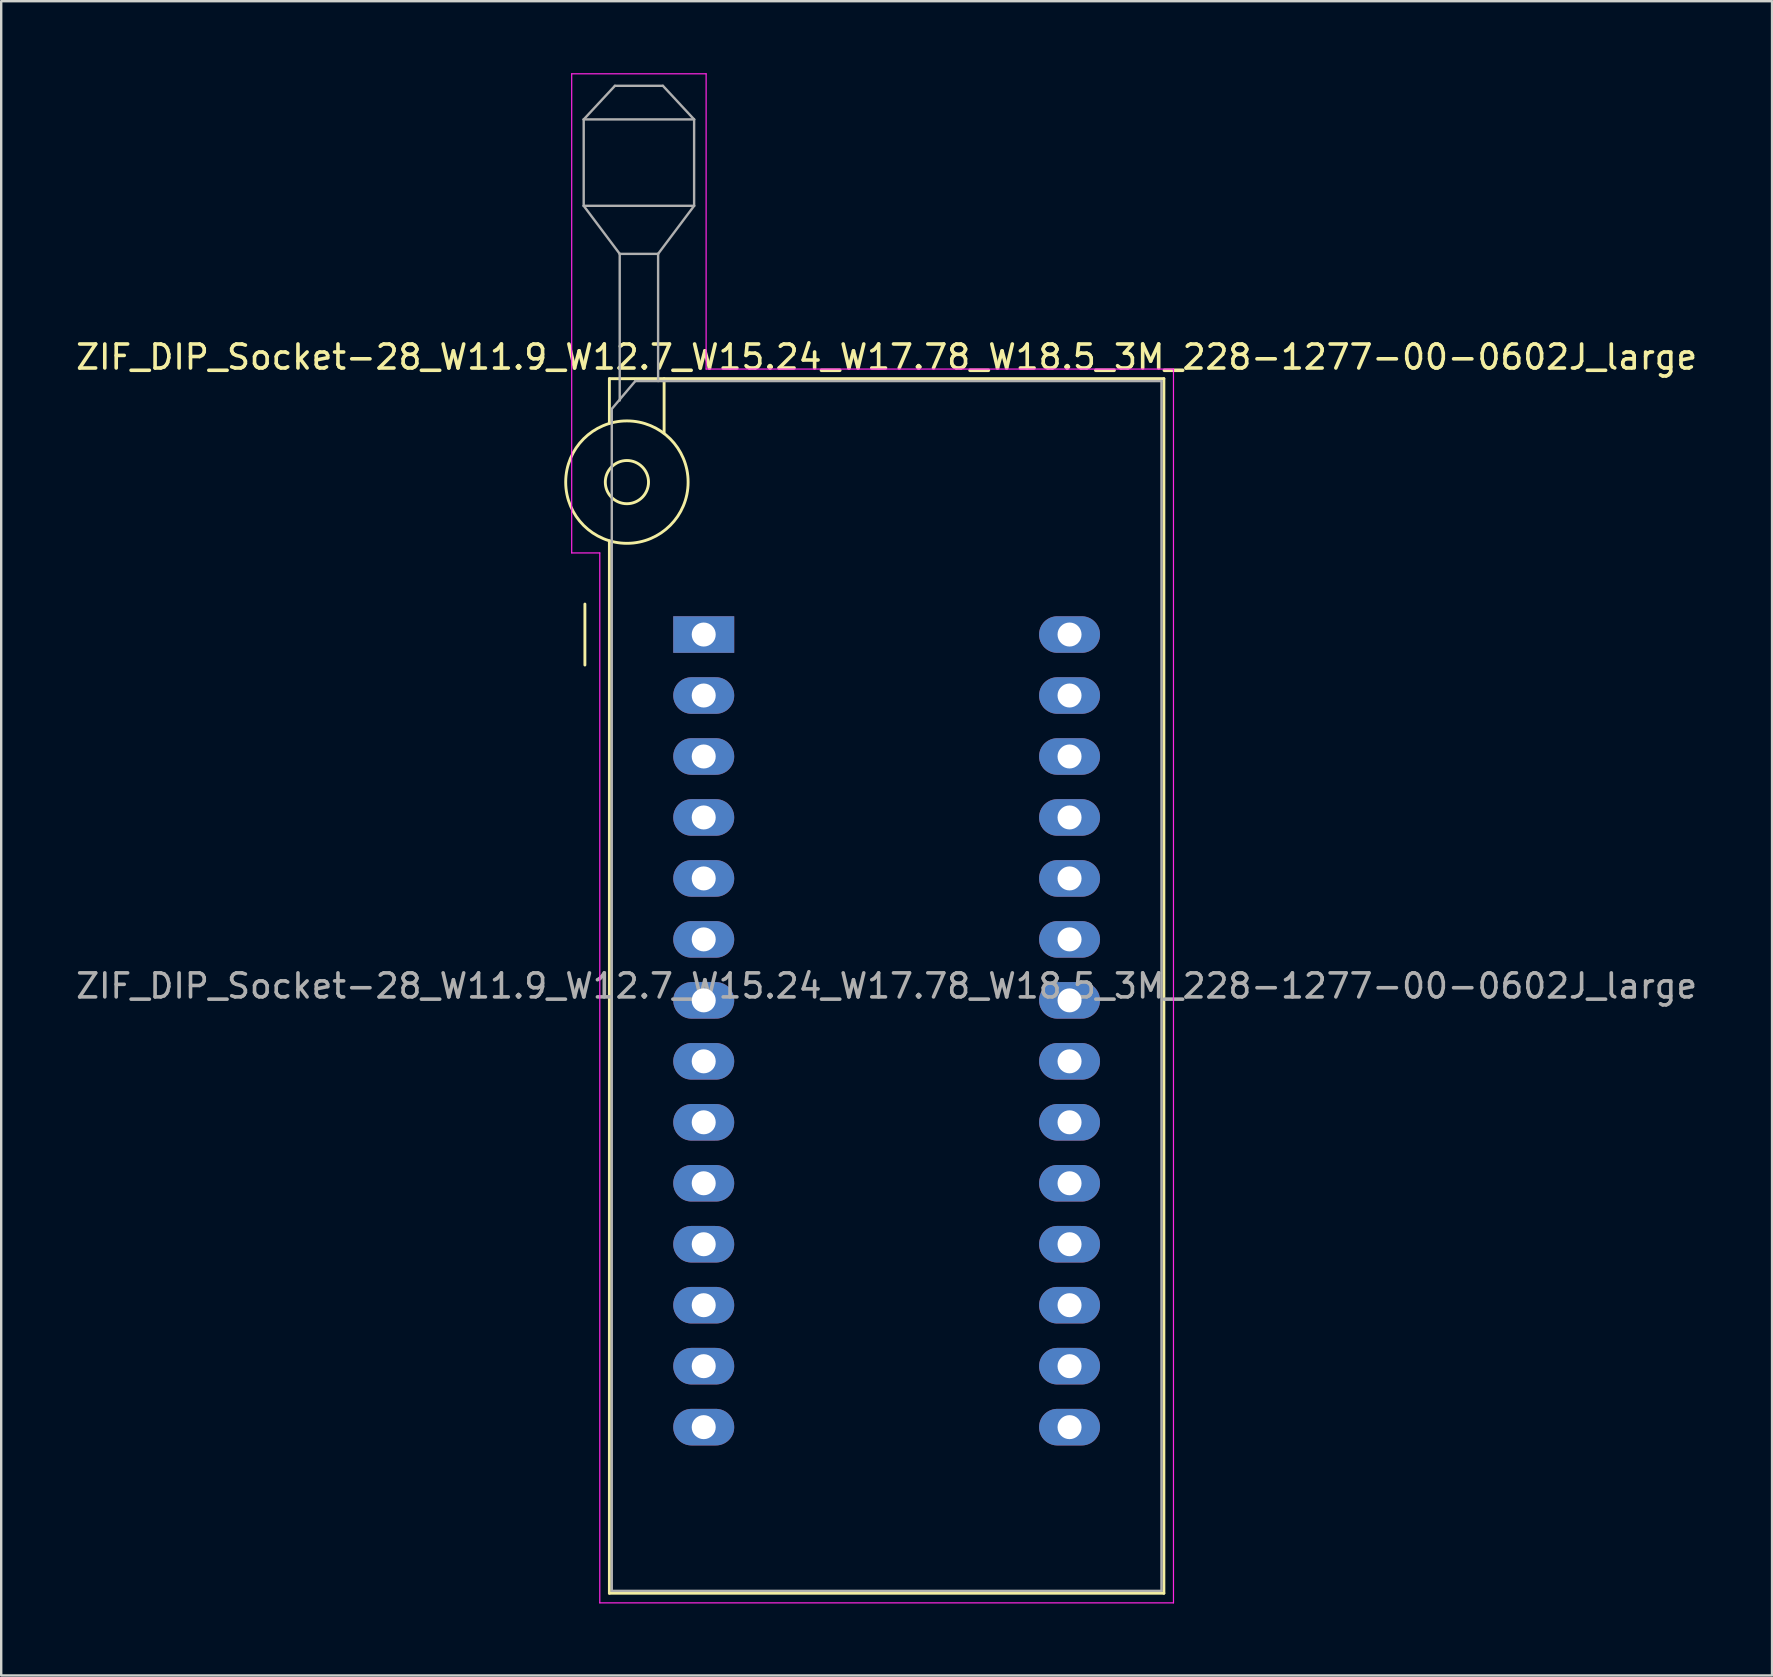
<source format=kicad_pcb>
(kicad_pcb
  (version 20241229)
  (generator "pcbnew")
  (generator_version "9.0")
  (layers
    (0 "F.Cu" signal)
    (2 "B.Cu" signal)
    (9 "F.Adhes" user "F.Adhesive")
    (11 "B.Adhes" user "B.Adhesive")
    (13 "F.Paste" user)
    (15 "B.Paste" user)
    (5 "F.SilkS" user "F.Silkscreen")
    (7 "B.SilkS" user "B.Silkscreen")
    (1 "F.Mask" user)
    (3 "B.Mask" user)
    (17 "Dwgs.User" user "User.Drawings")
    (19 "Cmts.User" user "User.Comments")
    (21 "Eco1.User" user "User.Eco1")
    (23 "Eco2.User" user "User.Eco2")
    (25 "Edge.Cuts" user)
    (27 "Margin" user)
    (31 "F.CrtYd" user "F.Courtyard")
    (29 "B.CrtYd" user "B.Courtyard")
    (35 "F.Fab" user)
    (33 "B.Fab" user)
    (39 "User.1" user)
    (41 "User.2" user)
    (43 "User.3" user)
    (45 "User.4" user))
  (footprint "ZIF_DIP_Socket-28_W11.9_W12.7_W15.24_W17.78_W18.5_3M_228-1277-00-0602J_large"
    (layer "F.Cu")
    (at 26.267 23.385)
    (property "Reference" "ZIF_DIP_Socket-28_W11.9_W12.7_W15.24_W17.78_W18.5_3M_228-1277-00-0602J_large" (at 7.62 -11.56 0) (layer "F.SilkS") (effects (font (size 1 1) (thickness 0.15))))
    (attr through_hole)
    (fp_line (start -4.95 1.27) (end -4.95 -1.27) (stroke (width 0.12) (type solid)) (layer "F.SilkS"))
    (fp_line (start -3.93 -10.66) (end -3.93 -8.8) (stroke (width 0.12) (type solid)) (layer "F.SilkS"))
    (fp_line (start -3.93 -3.9) (end -3.93 39.94) (stroke (width 0.12) (type solid)) (layer "F.SilkS"))
    (fp_line (start -3.93 39.94) (end 19.17 39.94) (stroke (width 0.12) (type solid)) (layer "F.SilkS"))
    (fp_line (start -1.65 -10.66) (end -1.65 -8.4) (stroke (width 0.12) (type solid)) (layer "F.SilkS"))
    (fp_line (start 19.17 -10.66) (end -3.93 -10.66) (stroke (width 0.12) (type solid)) (layer "F.SilkS"))
    (fp_line (start 19.17 39.94) (end 19.17 -10.66) (stroke (width 0.12) (type solid)) (layer "F.SilkS"))
    (fp_circle (center -3.2 -6.35) (end -2.3 -6.35) (stroke (width 0.12) (type solid)) (fill no) (layer "F.SilkS"))
    (fp_circle (center -3.2 -6.35) (end -0.65 -6.35) (stroke (width 0.12) (type solid)) (fill no) (layer "F.SilkS"))
    (fp_line (start -5.5 -23.36) (end 0.1 -23.36) (stroke (width 0.05) (type solid)) (layer "F.CrtYd"))
    (fp_line (start -5.5 -3.4) (end -5.5 -23.36) (stroke (width 0.05) (type solid)) (layer "F.CrtYd"))
    (fp_line (start -4.33 -3.4) (end -5.5 -3.4) (stroke (width 0.05) (type solid)) (layer "F.CrtYd"))
    (fp_line (start -4.33 40.34) (end -4.33 -3.4) (stroke (width 0.05) (type solid)) (layer "F.CrtYd"))
    (fp_line (start 0.1 -23.36) (end 0.1 -11.06) (stroke (width 0.05) (type solid)) (layer "F.CrtYd"))
    (fp_line (start 0.1 -11.06) (end 19.57 -11.06) (stroke (width 0.05) (type solid)) (layer "F.CrtYd"))
    (fp_line (start 19.57 -11.06) (end 19.57 40.34) (stroke (width 0.05) (type solid)) (layer "F.CrtYd"))
    (fp_line (start 19.57 40.34) (end -4.33 40.34) (stroke (width 0.05) (type solid)) (layer "F.CrtYd"))
    (fp_line (start -5 -21.46) (end -5 -17.86) (stroke (width 0.1) (type solid)) (layer "F.Fab"))
    (fp_line (start -5 -21.46) (end -3.7 -22.86) (stroke (width 0.1) (type solid)) (layer "F.Fab"))
    (fp_line (start -5 -17.86) (end -3.5 -15.86) (stroke (width 0.1) (type solid)) (layer "F.Fab"))
    (fp_line (start -5 -17.86) (end -0.4 -17.86) (stroke (width 0.1) (type solid)) (layer "F.Fab"))
    (fp_line (start -3.83 -9.4) (end -2.85 -10.56) (stroke (width 0.1) (type solid)) (layer "F.Fab"))
    (fp_line (start -3.83 39.84) (end -3.83 -9.4) (stroke (width 0.1) (type solid)) (layer "F.Fab"))
    (fp_line (start -3.7 -22.86) (end -1.7 -22.86) (stroke (width 0.1) (type solid)) (layer "F.Fab"))
    (fp_line (start -3.5 -15.86) (end -1.9 -15.86) (stroke (width 0.1) (type solid)) (layer "F.Fab"))
    (fp_line (start -3.5 -9.75) (end -3.5 -15.86) (stroke (width 0.1) (type solid)) (layer "F.Fab"))
    (fp_line (start -2.85 -10.56) (end 19.07 -10.56) (stroke (width 0.1) (type solid)) (layer "F.Fab"))
    (fp_line (start -1.9 -15.86) (end -1.9 -10.56) (stroke (width 0.1) (type solid)) (layer "F.Fab"))
    (fp_line (start -1.7 -22.86) (end -0.4 -21.46) (stroke (width 0.1) (type solid)) (layer "F.Fab"))
    (fp_line (start -0.4 -21.46) (end -5 -21.46) (stroke (width 0.1) (type solid)) (layer "F.Fab"))
    (fp_line (start -0.4 -17.86) (end -1.9 -15.86) (stroke (width 0.1) (type solid)) (layer "F.Fab"))
    (fp_line (start -0.4 -17.86) (end -0.4 -21.46) (stroke (width 0.1) (type solid)) (layer "F.Fab"))
    (fp_line (start 19.07 -10.56) (end 19.07 39.84) (stroke (width 0.1) (type solid)) (layer "F.Fab"))
    (fp_line (start 19.07 39.84) (end -3.83 39.84) (stroke (width 0.1) (type solid)) (layer "F.Fab"))
    (fp_text user "${REFERENCE}" (at 7.62 14.64 0) (layer "F.Fab") (effects (font (size 1 1) (thickness 0.15))))
    (pad "1" thru_hole rect (at 0 0) (size 2.54 1.524) (drill 1) (layers "*.Cu" "*.Mask"))
    (pad "2" thru_hole oval (at 0 2.54) (size 2.54 1.524) (drill 1) (layers "*.Cu" "*.Mask"))
    (pad "3" thru_hole oval (at 0 5.08) (size 2.54 1.524) (drill 1) (layers "*.Cu" "*.Mask"))
    (pad "4" thru_hole oval (at 0 7.62) (size 2.54 1.524) (drill 1) (layers "*.Cu" "*.Mask"))
    (pad "5" thru_hole oval (at 0 10.16) (size 2.54 1.524) (drill 1) (layers "*.Cu" "*.Mask"))
    (pad "6" thru_hole oval (at 0 12.7) (size 2.54 1.524) (drill 1) (layers "*.Cu" "*.Mask"))
    (pad "7" thru_hole oval (at 0 15.24) (size 2.54 1.524) (drill 1) (layers "*.Cu" "*.Mask"))
    (pad "8" thru_hole oval (at 0 17.78) (size 2.54 1.524) (drill 1) (layers "*.Cu" "*.Mask"))
    (pad "9" thru_hole oval (at 0 20.32) (size 2.54 1.524) (drill 1) (layers "*.Cu" "*.Mask"))
    (pad "10" thru_hole oval (at 0 22.86) (size 2.54 1.524) (drill 1) (layers "*.Cu" "*.Mask"))
    (pad "11" thru_hole oval (at 0 25.4) (size 2.54 1.524) (drill 1) (layers "*.Cu" "*.Mask"))
    (pad "12" thru_hole oval (at 0 27.94) (size 2.54 1.524) (drill 1) (layers "*.Cu" "*.Mask"))
    (pad "13" thru_hole oval (at 0 30.48) (size 2.54 1.524) (drill 1) (layers "*.Cu" "*.Mask"))
    (pad "14" thru_hole oval (at 0 33.02) (size 2.54 1.524) (drill 1) (layers "*.Cu" "*.Mask"))
    (pad "15" thru_hole oval (at 15.24 33.02) (size 2.54 1.524) (drill 1) (layers "*.Cu" "*.Mask"))
    (pad "16" thru_hole oval (at 15.24 30.48) (size 2.54 1.524) (drill 1) (layers "*.Cu" "*.Mask"))
    (pad "17" thru_hole oval (at 15.24 27.94) (size 2.54 1.524) (drill 1) (layers "*.Cu" "*.Mask"))
    (pad "18" thru_hole oval (at 15.24 25.4) (size 2.54 1.524) (drill 1) (layers "*.Cu" "*.Mask"))
    (pad "19" thru_hole oval (at 15.24 22.86) (size 2.54 1.524) (drill 1) (layers "*.Cu" "*.Mask"))
    (pad "20" thru_hole oval (at 15.24 20.32) (size 2.54 1.524) (drill 1) (layers "*.Cu" "*.Mask"))
    (pad "21" thru_hole oval (at 15.24 17.78) (size 2.54 1.524) (drill 1) (layers "*.Cu" "*.Mask"))
    (pad "22" thru_hole oval (at 15.24 15.24) (size 2.54 1.524) (drill 1) (layers "*.Cu" "*.Mask"))
    (pad "23" thru_hole oval (at 15.24 12.7) (size 2.54 1.524) (drill 1) (layers "*.Cu" "*.Mask"))
    (pad "24" thru_hole oval (at 15.24 10.16) (size 2.54 1.524) (drill 1) (layers "*.Cu" "*.Mask"))
    (pad "25" thru_hole oval (at 15.24 7.62) (size 2.54 1.524) (drill 1) (layers "*.Cu" "*.Mask"))
    (pad "26" thru_hole oval (at 15.24 5.08) (size 2.54 1.524) (drill 1) (layers "*.Cu" "*.Mask"))
    (pad "27" thru_hole oval (at 15.24 2.54) (size 2.54 1.524) (drill 1) (layers "*.Cu" "*.Mask"))
    (pad "28" thru_hole oval (at 15.24 0) (size 2.54 1.524) (drill 1) (layers "*.Cu" "*.Mask")))
  (gr_rect
    (start -3 -3)
    (end 70.774 66.75)
    (stroke (width 0.1) (type default))
    (fill no)
    (layer "Edge.Cuts")))
</source>
